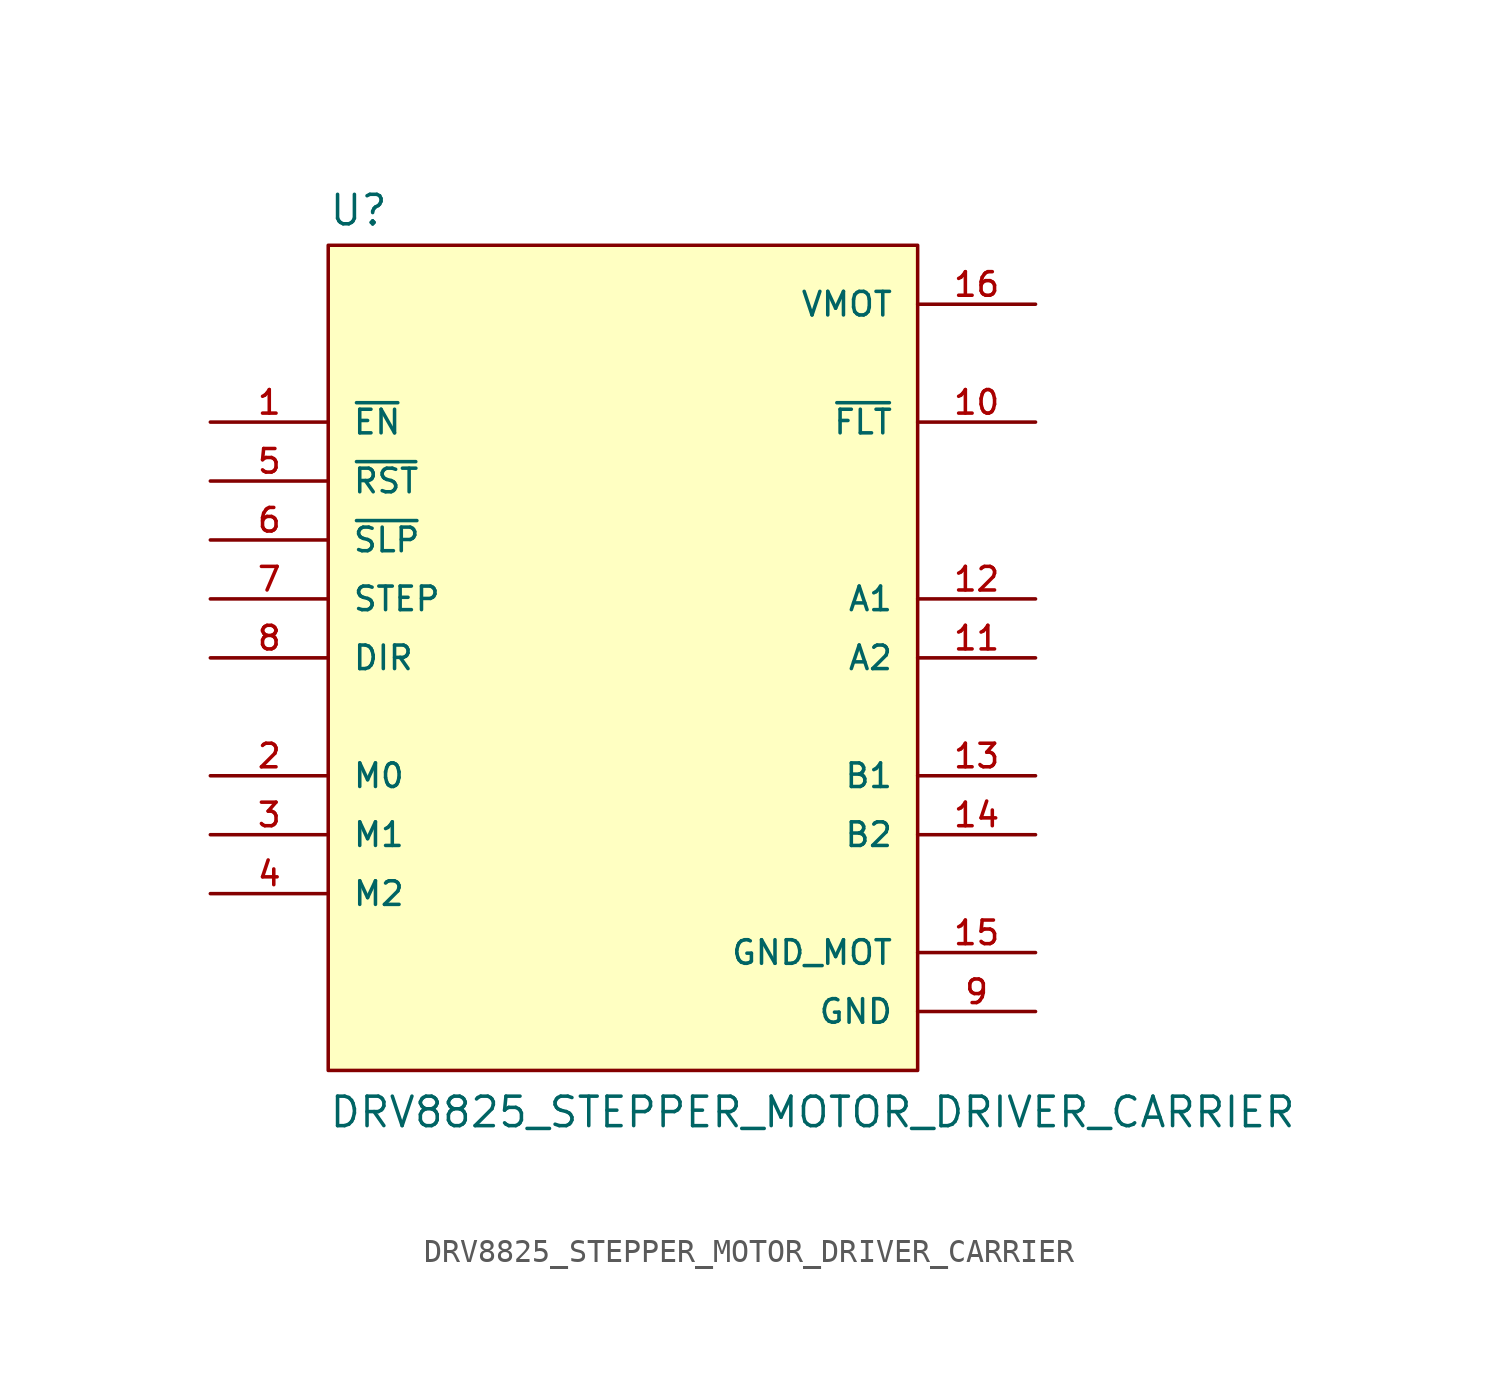
<source format=kicad_sym>
(kicad_symbol_lib
  (version 20211014)
  (generator kicad_symbol_editor)
  (symbol "DRV8825_STEPPER_MOTOR_DRIVER_CARRIER"
    (pin_names
      (offset 1.016))
    (property "Reference" "U"
      (at -12.7 18.542 0)
      (effects (font (size 1.27 1.27)) (justify bottom left)))
    (property "Value" "DRV8825_STEPPER_MOTOR_DRIVER_CARRIER"
      (at -12.7 -20.32 0)
      (effects (font (size 1.27 1.27)) (justify bottom left)))
    (symbol "DRV8825_STEPPER_MOTOR_DRIVER_CARRIER_0_0"
      (rectangle (start -12.7 -17.78) (end 12.7 17.78) (stroke (width 0.152)) (fill (type background)))
      (pin input line (at -17.78 10.16 0) (length 5.08) (name "~{EN}" (effects (font (size 1.016 1.016)))) (number "1" (effects (font (size 1.016 1.016)))))
      (pin input line (at -17.78 -5.08 0) (length 5.08) (name "M0" (effects (font (size 1.016 1.016)))) (number "2" (effects (font (size 1.016 1.016)))))
      (pin input line (at -17.78 -7.62 0) (length 5.08) (name "M1" (effects (font (size 1.016 1.016)))) (number "3" (effects (font (size 1.016 1.016)))))
      (pin input line (at -17.78 -10.16 0) (length 5.08) (name "M2" (effects (font (size 1.016 1.016)))) (number "4" (effects (font (size 1.016 1.016)))))
      (pin input line (at -17.78 7.62 0) (length 5.08) (name "~{RST}" (effects (font (size 1.016 1.016)))) (number "5" (effects (font (size 1.016 1.016)))))
      (pin input line (at -17.78 5.08 0) (length 5.08) (name "~{SLP}" (effects (font (size 1.016 1.016)))) (number "6" (effects (font (size 1.016 1.016)))))
      (pin input line (at -17.78 2.54 0) (length 5.08) (name "STEP" (effects (font (size 1.016 1.016)))) (number "7" (effects (font (size 1.016 1.016)))))
      (pin input line (at -17.78 0.0 0) (length 5.08) (name "DIR" (effects (font (size 1.016 1.016)))) (number "8" (effects (font (size 1.016 1.016)))))
      (pin power_in line (at 17.78 15.24 180.0) (length 5.08) (name "VMOT" (effects (font (size 1.016 1.016)))) (number "16" (effects (font (size 1.016 1.016)))))
      (pin power_in line (at 17.78 -15.24 180.0) (length 5.08) (name "GND" (effects (font (size 1.016 1.016)))) (number "9" (effects (font (size 1.016 1.016)))))
      (pin output line (at 17.78 -7.62 180.0) (length 5.08) (name "B2" (effects (font (size 1.016 1.016)))) (number "14" (effects (font (size 1.016 1.016)))))
      (pin output line (at 17.78 -5.08 180.0) (length 5.08) (name "B1" (effects (font (size 1.016 1.016)))) (number "13" (effects (font (size 1.016 1.016)))))
      (pin output line (at 17.78 2.54 180.0) (length 5.08) (name "A1" (effects (font (size 1.016 1.016)))) (number "12" (effects (font (size 1.016 1.016)))))
      (pin output line (at 17.78 0.0 180.0) (length 5.08) (name "A2" (effects (font (size 1.016 1.016)))) (number "11" (effects (font (size 1.016 1.016)))))
      (pin output line (at 17.78 10.16 180.0) (length 5.08) (name "~{FLT}" (effects (font (size 1.016 1.016)))) (number "10" (effects (font (size 1.016 1.016)))))
      (pin power_in line (at 17.78 -12.7 180.0) (length 5.08) (name "GND_MOT" (effects (font (size 1.016 1.016)))) (number "15" (effects (font (size 1.016 1.016))))))))
</source>
